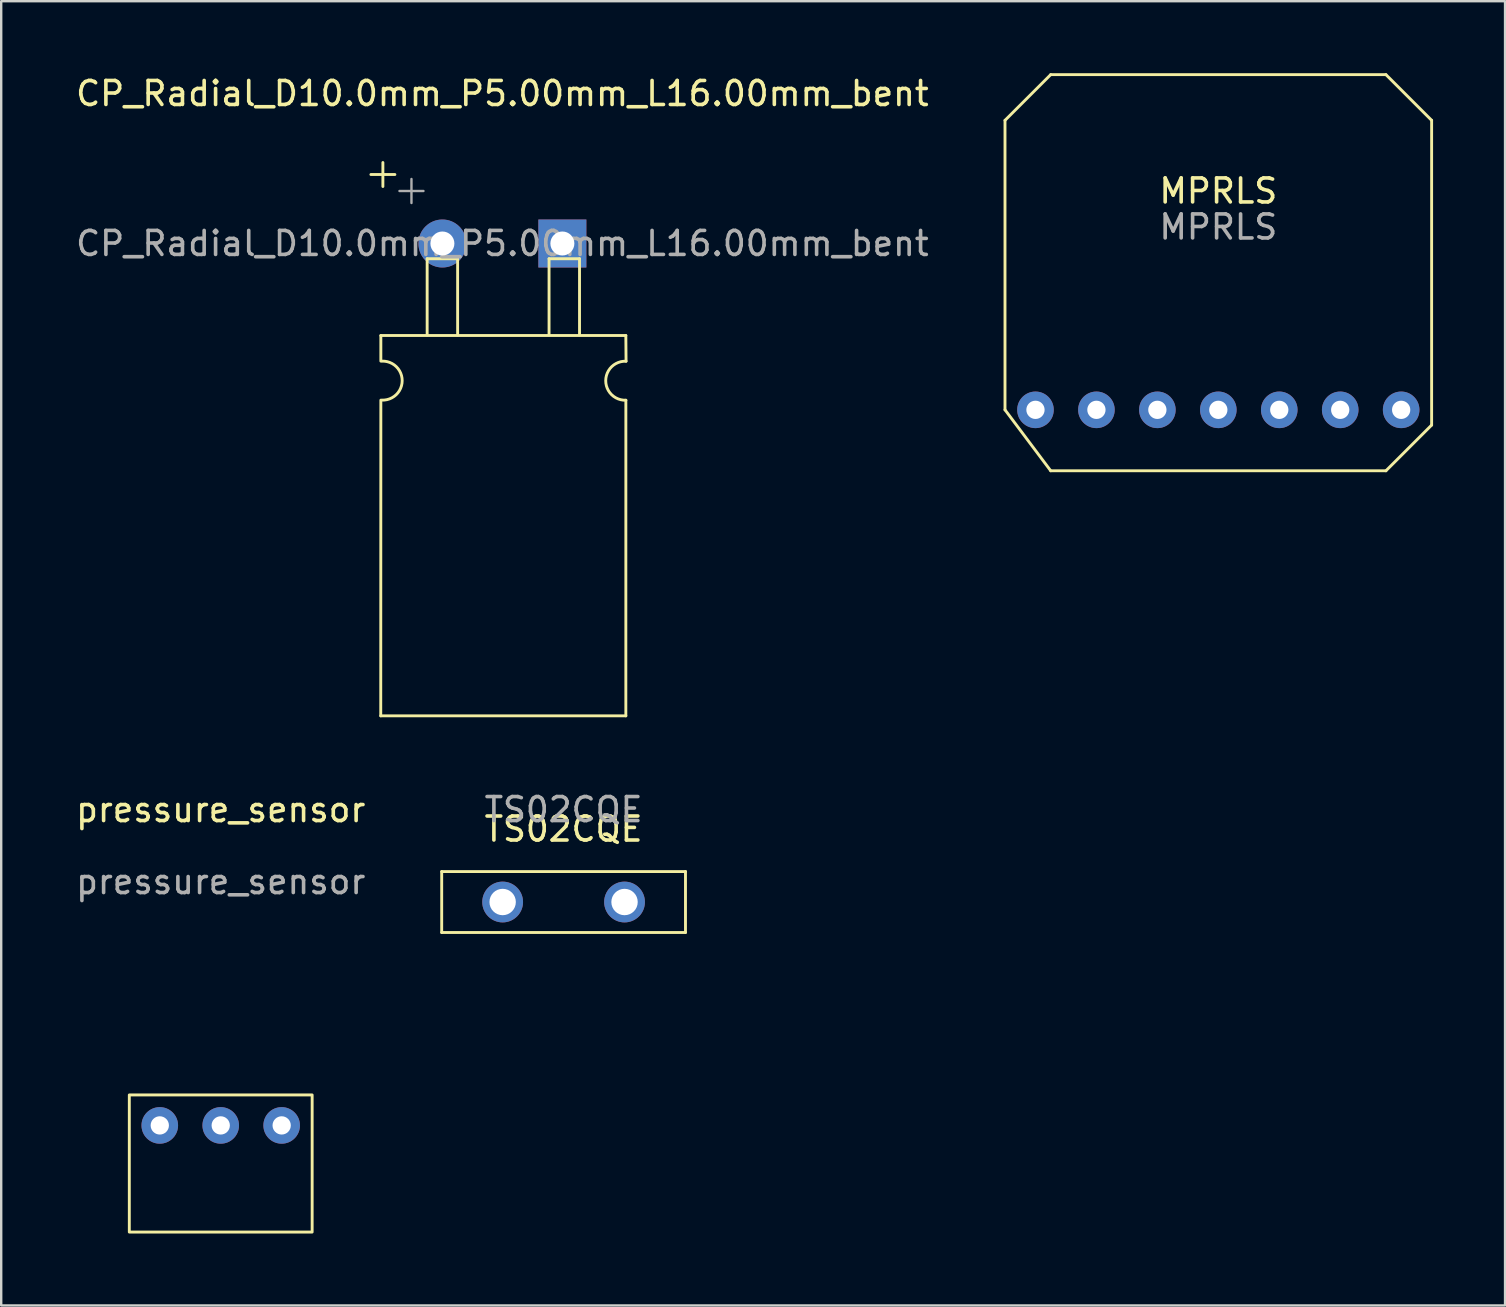
<source format=kicad_pcb>
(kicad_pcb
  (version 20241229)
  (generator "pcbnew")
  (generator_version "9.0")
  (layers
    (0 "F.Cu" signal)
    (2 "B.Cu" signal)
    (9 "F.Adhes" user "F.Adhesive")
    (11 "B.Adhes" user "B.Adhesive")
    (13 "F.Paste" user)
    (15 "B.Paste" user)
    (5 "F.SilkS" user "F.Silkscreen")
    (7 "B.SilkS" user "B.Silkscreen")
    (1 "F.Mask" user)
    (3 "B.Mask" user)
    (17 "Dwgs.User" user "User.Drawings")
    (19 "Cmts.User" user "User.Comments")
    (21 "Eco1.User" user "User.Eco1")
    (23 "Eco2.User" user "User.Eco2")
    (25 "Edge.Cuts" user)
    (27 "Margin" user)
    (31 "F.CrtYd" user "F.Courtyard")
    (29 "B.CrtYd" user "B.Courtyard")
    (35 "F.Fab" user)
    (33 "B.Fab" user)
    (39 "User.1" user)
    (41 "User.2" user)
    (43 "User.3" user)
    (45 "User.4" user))
  (footprint "TS02CQE"
    (layer "F.Cu")
    (at 20.438 32.002)
    (property "Reference" "TS02CQE" (at 0 -0.5 0) (unlocked yes) (layer "F.SilkS") (effects (font (size 1 1) (thickness 0.15))))
    (attr through_hole)
    (fp_line (start -5.08 1.27) (end -5.08 3.81) (stroke (width 0.12) (type solid)) (layer "F.SilkS"))
    (fp_line (start -5.08 3.81) (end 5.08 3.81) (stroke (width 0.12) (type solid)) (layer "F.SilkS"))
    (fp_line (start 5.08 1.27) (end -5.08 1.27) (stroke (width 0.12) (type solid)) (layer "F.SilkS"))
    (fp_line (start 5.08 3.81) (end 5.08 1.27) (stroke (width 0.12) (type solid)) (layer "F.SilkS"))
    (fp_text user "${REFERENCE}" (at 0 -1.31 0) (unlocked yes) (layer "F.Fab") (effects (font (size 1 1) (thickness 0.15))))
    (pad "1" thru_hole circle (at -2.54 2.54) (size 1.7 1.7) (drill 1.1) (layers "*.Cu" "*.Mask"))
    (pad "2" thru_hole circle (at 2.54 2.54) (size 1.7 1.7) (drill 1.1) (layers "*.Cu" "*.Mask")))
  (footprint "pressure_sensor"
    (layer "F.Cu")
    (at 6.149 43.852)
    (property "Reference" "pressure_sensor" (at 0 -13.16 0) (unlocked yes) (layer "F.SilkS") (effects (font (size 1 1) (thickness 0.15))))
    (attr through_hole)
    (fp_rect (start -3.81 -1.27) (end 3.81 4.445) (stroke (width 0.12) (type solid)) (fill no) (layer "F.SilkS"))
    (fp_text user "${REFERENCE}" (at 0 -10.16 0) (unlocked yes) (layer "F.Fab") (effects (font (size 1 1) (thickness 0.15))))
    (pad "1" thru_hole circle (at -2.54 0) (size 1.524 1.524) (drill 0.762) (layers "*.Cu" "*.Mask"))
    (pad "2" thru_hole circle (at 0 0) (size 1.524 1.524) (drill 0.762) (layers "*.Cu" "*.Mask"))
    (pad "3" thru_hole circle (at 2.54 0) (size 1.524 1.524) (drill 0.762) (layers "*.Cu" "*.Mask")))
  (footprint "CP_Radial_D10.0mm_P5.00mm_L16.00mm_bent"
    (layer "F.Cu")
    (at 15.387 7.098)
    (property "Reference" "CP_Radial_D10.0mm_P5.00mm_L16.00mm_bent" (at 2.5 -6.25 0) (layer "F.SilkS") (effects (font (size 1 1) (thickness 0.15))))
    (attr through_hole)
    (fp_line (start -2.98 -2.875) (end -1.98 -2.875) (stroke (width 0.12) (type solid)) (layer "F.SilkS"))
    (fp_line (start -2.569 19.685) (end -2.565 6.528) (stroke (width 0.12) (type solid)) (layer "F.SilkS"))
    (fp_line (start -2.565 4.902) (end -2.565 3.835) (stroke (width 0.12) (type solid)) (layer "F.SilkS"))
    (fp_line (start -2.48 -3.375) (end -2.48 -2.375) (stroke (width 0.12) (type solid)) (layer "F.SilkS"))
    (fp_line (start -0.635 0.635) (end 0.635 0.635) (stroke (width 0.12) (type solid)) (layer "F.SilkS"))
    (fp_line (start -0.635 3.81) (end -0.635 0.635) (stroke (width 0.12) (type solid)) (layer "F.SilkS"))
    (fp_line (start 0.635 0.635) (end 0.635 3.81) (stroke (width 0.12) (type solid)) (layer "F.SilkS"))
    (fp_line (start 4.445 0.635) (end 5.715 0.635) (stroke (width 0.12) (type solid)) (layer "F.SilkS"))
    (fp_line (start 4.445 3.81) (end 4.445 0.635) (stroke (width 0.12) (type solid)) (layer "F.SilkS"))
    (fp_line (start 5.715 0.635) (end 5.715 3.81) (stroke (width 0.12) (type solid)) (layer "F.SilkS"))
    (fp_line (start 7.645 3.835) (end -2.565 3.835) (stroke (width 0.12) (type solid)) (layer "F.SilkS"))
    (fp_line (start 7.645 3.835) (end 7.654 4.906) (stroke (width 0.12) (type solid)) (layer "F.SilkS"))
    (fp_line (start 7.645 19.685) (end -2.569 19.685) (stroke (width 0.12) (type solid)) (layer "F.SilkS"))
    (fp_line (start 7.646 6.532) (end 7.645 19.685) (stroke (width 0.12) (type solid)) (layer "F.SilkS"))
    (fp_arc (start -2.5146 4.9022) (mid -1.676012 5.718884) (end -2.522364 6.527518) (stroke (width 0.12) (type solid)) (layer "F.SilkS"))
    (fp_arc (start 7.645787 6.531684) (mid 6.8072 5.715) (end 7.653551 4.906366) (stroke (width 0.12) (type solid)) (layer "F.SilkS"))
    (fp_line (start -1.789 -2.188) (end -0.789 -2.188) (stroke (width 0.1) (type solid)) (layer "F.Fab"))
    (fp_line (start -1.289 -2.688) (end -1.289 -1.688) (stroke (width 0.1) (type solid)) (layer "F.Fab"))
    (fp_text user "${REFERENCE}" (at 2.5 0 0) (layer "F.Fab") (effects (font (size 1 1) (thickness 0.15))))
    (pad "1" thru_hole circle (at 0 0) (size 2 2) (drill 1) (layers "*.Cu" "*.Mask"))
    (pad "2" thru_hole rect (at 5 0) (size 2 2) (drill 1) (layers "*.Cu" "*.Mask")))
  (footprint "MPRLS"
    (layer "F.Cu")
    (at 47.724 14.03)
    (property "Reference" "MPRLS" (at 0 -9.12 0) (unlocked yes) (layer "F.SilkS") (effects (font (size 1 1) (thickness 0.15))))
    (attr through_hole)
    (fp_line (start -8.89 -12.065) (end -6.985 -13.97) (stroke (width 0.12) (type solid)) (layer "F.SilkS"))
    (fp_line (start -8.89 0) (end -8.89 -12.065) (stroke (width 0.12) (type solid)) (layer "F.SilkS"))
    (fp_line (start -8.89 0) (end -6.985 2.54) (stroke (width 0.12) (type solid)) (layer "F.SilkS"))
    (fp_line (start -6.985 2.54) (end 6.985 2.54) (stroke (width 0.12) (type solid)) (layer "F.SilkS"))
    (fp_line (start 6.985 -13.97) (end -6.985 -13.97) (stroke (width 0.12) (type solid)) (layer "F.SilkS"))
    (fp_line (start 6.985 -13.97) (end 8.89 -12.065) (stroke (width 0.12) (type solid)) (layer "F.SilkS"))
    (fp_line (start 8.89 0.635) (end 6.985 2.54) (stroke (width 0.12) (type solid)) (layer "F.SilkS"))
    (fp_line (start 8.89 0.635) (end 8.89 -12.065) (stroke (width 0.12) (type solid)) (layer "F.SilkS"))
    (fp_text user "${REFERENCE}" (at 0 -7.62 0) (unlocked yes) (layer "F.Fab") (effects (font (size 1 1) (thickness 0.15))))
    (pad "1" thru_hole circle (at -7.62 0) (size 1.524 1.524) (drill 0.762) (layers "*.Cu" "*.Mask"))
    (pad "2" thru_hole circle (at -5.08 0) (size 1.524 1.524) (drill 0.762) (layers "*.Cu" "*.Mask"))
    (pad "3" thru_hole circle (at -2.54 0) (size 1.524 1.524) (drill 0.762) (layers "*.Cu" "*.Mask"))
    (pad "4" thru_hole circle (at 0 0) (size 1.524 1.524) (drill 0.762) (layers "*.Cu" "*.Mask"))
    (pad "5" thru_hole circle (at 2.54 0) (size 1.524 1.524) (drill 0.762) (layers "*.Cu" "*.Mask"))
    (pad "6" thru_hole circle (at 5.08 0) (size 1.524 1.524) (drill 0.762) (layers "*.Cu" "*.Mask"))
    (pad "7" thru_hole circle (at 7.62 0) (size 1.524 1.524) (drill 0.762) (layers "*.Cu" "*.Mask")))
  (gr_rect
    (start -3 -3)
    (end 59.674 51.356)
    (stroke (width 0.1) (type default))
    (fill no)
    (layer "Edge.Cuts")))
</source>
